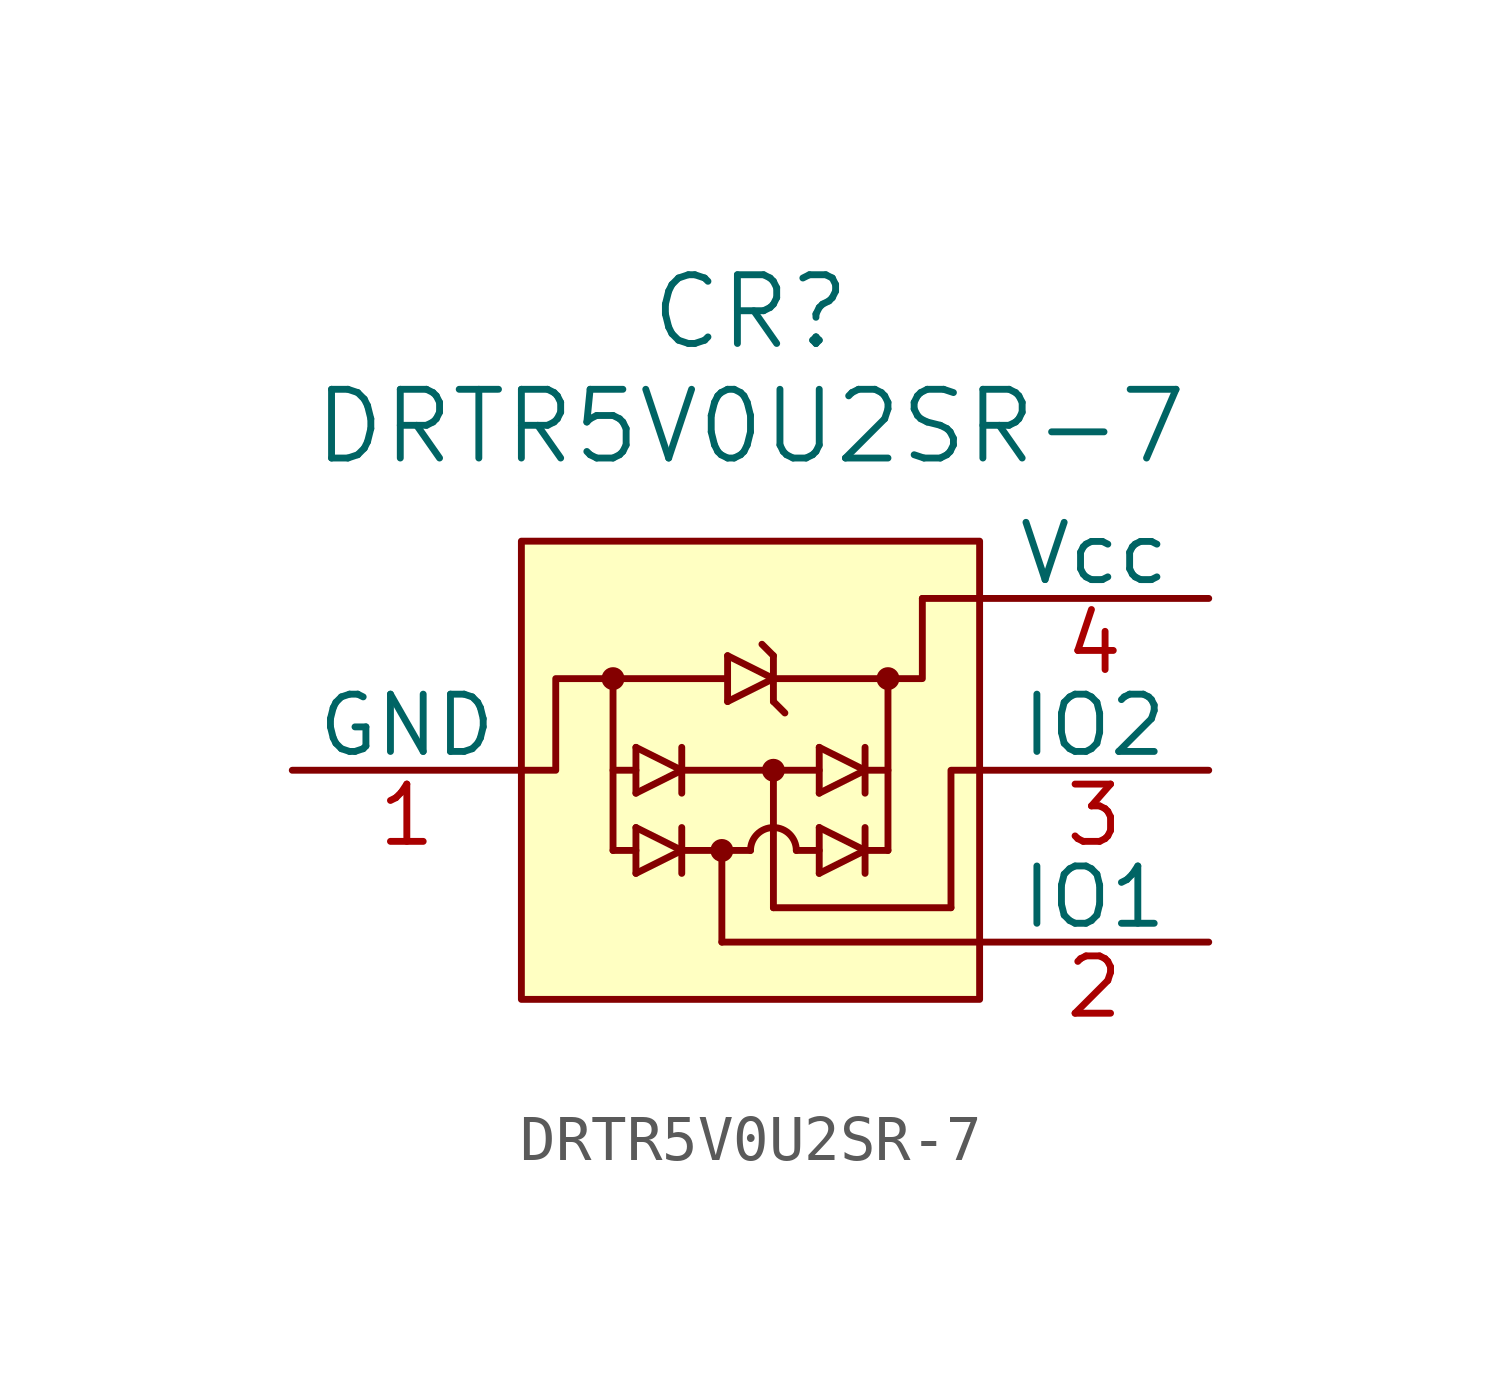
<source format=kicad_sym>
(kicad_symbol_lib
  (version 20220914)
  (generator kicad_symbol_editor)
  (symbol "DRTR5V0U2SR-7"
    (pin_names
      (offset 0))
    (property "Reference" "CR"
      (at 0 10.16 0)
      (effects (font (size 1.524 1.524))))
    (property "Value" "DRTR5V0U2SR-7"
      (at 0 7.62 0)
      (effects (font (size 1.524 1.524))))
    (symbol "DRTR5V0U2SR-7_0_1"
      (circle (center -3.048 2.032) (radius 0.127) (stroke (width 0.254) (type default)) (fill (type none)))
      (circle (center -0.635 -1.778) (radius 0.127) (stroke (width 0.254) (type default)) (fill (type none)))
      (polyline (pts (xy -3.048 -1.778) (xy -2.54 -1.778)) (stroke (width 0) (type default)) (fill (type none)))
      (polyline (pts (xy -3.048 0) (xy -2.54 0)) (stroke (width 0) (type default)) (fill (type none)))
      (polyline (pts (xy -2.54 -2.286) (xy -1.524 -1.778)) (stroke (width 0) (type default)) (fill (type none)))
      (polyline (pts (xy -2.54 -1.27) (xy -2.54 -2.286)) (stroke (width 0) (type default)) (fill (type none)))
      (polyline (pts (xy -2.54 -0.508) (xy -1.524 0)) (stroke (width 0) (type default)) (fill (type none)))
      (polyline (pts (xy -2.54 0.508) (xy -2.54 -0.508)) (stroke (width 0) (type default)) (fill (type none)))
      (polyline (pts (xy -1.524 -1.778) (xy -2.54 -1.27)) (stroke (width 0) (type default)) (fill (type none)))
      (polyline (pts (xy -1.524 -1.778) (xy 0 -1.778)) (stroke (width 0) (type default)) (fill (type none)))
      (polyline (pts (xy -1.524 -1.27) (xy -1.524 -2.286)) (stroke (width 0) (type default)) (fill (type none)))
      (polyline (pts (xy -1.524 0) (xy -2.54 0.508)) (stroke (width 0) (type default)) (fill (type none)))
      (polyline (pts (xy -1.524 0) (xy 1.524 0)) (stroke (width 0) (type default)) (fill (type none)))
      (polyline (pts (xy -1.524 0.508) (xy -1.524 -0.508)) (stroke (width 0) (type default)) (fill (type none)))
      (polyline (pts (xy -0.635 -3.81) (xy 5.08 -3.81)) (stroke (width 0) (type default)) (fill (type none)))
      (polyline (pts (xy -0.635 -1.778) (xy -0.635 -3.81)) (stroke (width 0) (type default)) (fill (type none)))
      (polyline (pts (xy -0.508 1.524) (xy 0.508 2.032)) (stroke (width 0) (type default)) (fill (type none)))
      (polyline (pts (xy -0.508 2.54) (xy -0.508 1.524)) (stroke (width 0) (type default)) (fill (type none)))
      (polyline (pts (xy 0.508 0) (xy 0.508 -3.048)) (stroke (width 0) (type default)) (fill (type none)))
      (polyline (pts (xy 0.508 1.524) (xy 0.762 1.27)) (stroke (width 0) (type default)) (fill (type none)))
      (polyline (pts (xy 0.508 2.032) (xy -0.508 2.54)) (stroke (width 0) (type default)) (fill (type none)))
      (polyline (pts (xy 0.508 2.032) (xy 3.048 2.032)) (stroke (width 0) (type default)) (fill (type none)))
      (polyline (pts (xy 0.508 2.54) (xy 0.254 2.794)) (stroke (width 0) (type default)) (fill (type none)))
      (polyline (pts (xy 0.508 2.54) (xy 0.508 1.524)) (stroke (width 0) (type default)) (fill (type none)))
      (polyline (pts (xy 1.016 -1.778) (xy 1.524 -1.778)) (stroke (width 0) (type default)) (fill (type none)))
      (polyline (pts (xy 1.524 -2.286) (xy 2.54 -1.778)) (stroke (width 0) (type default)) (fill (type none)))
      (polyline (pts (xy 1.524 -1.27) (xy 1.524 -2.286)) (stroke (width 0) (type default)) (fill (type none)))
      (polyline (pts (xy 1.524 -0.508) (xy 2.54 0)) (stroke (width 0) (type default)) (fill (type none)))
      (polyline (pts (xy 1.524 0.508) (xy 1.524 -0.508)) (stroke (width 0) (type default)) (fill (type none)))
      (polyline (pts (xy 2.54 -1.778) (xy 1.524 -1.27)) (stroke (width 0) (type default)) (fill (type none)))
      (polyline (pts (xy 2.54 -1.778) (xy 3.048 -1.778)) (stroke (width 0) (type default)) (fill (type none)))
      (polyline (pts (xy 2.54 -1.27) (xy 2.54 -2.286)) (stroke (width 0) (type default)) (fill (type none)))
      (polyline (pts (xy 2.54 0) (xy 1.524 0.508)) (stroke (width 0) (type default)) (fill (type none)))
      (polyline (pts (xy 2.54 0) (xy 3.048 0)) (stroke (width 0) (type default)) (fill (type none)))
      (polyline (pts (xy 2.54 0.508) (xy 2.54 -0.508)) (stroke (width 0) (type default)) (fill (type none)))
      (polyline (pts (xy 3.048 -1.778) (xy 3.048 2.032)) (stroke (width 0) (type default)) (fill (type none)))
      (polyline (pts (xy 4.445 -3.048) (xy 0.508 -3.048)) (stroke (width 0) (type default)) (fill (type none)))
      (polyline (pts (xy 5.08 3.81) (xy 3.81 3.81)) (stroke (width 0) (type default)) (fill (type none)))
      (polyline (pts (xy 3.048 2.032) (xy 3.81 2.032) (xy 3.81 3.81)) (stroke (width 0) (type default)) (fill (type none)))
      (polyline (pts (xy 4.445 -3.048) (xy 4.445 0) (xy 5.08 0)) (stroke (width 0) (type default)) (fill (type none)))
      (polyline (pts (xy -3.048 2.032) (xy -4.318 2.032) (xy -4.318 0) (xy -5.08 0)) (stroke (width 0) (type default)) (fill (type none)))
      (circle (center 0.508 0) (radius 0.127) (stroke (width 0.254) (type default)) (fill (type none)))
      (arc (start 1.016 -1.778) (mid 0.508 -1.2722) (end 0 -1.778) (stroke (width 0) (type default)) (fill (type none)))
      (circle (center 3.048 2.032) (radius 0.127) (stroke (width 0.254) (type default)) (fill (type none))))
    (symbol "DRTR5V0U2SR-7_1_1"
      (rectangle (start -5.08 5.08) (end 5.08 -5.08) (stroke (width 0) (type default)) (fill (type background)))
      (polyline (pts (xy -3.048 2.032) (xy -3.048 -1.778)) (stroke (width 0) (type default)) (fill (type none)))
      (polyline (pts (xy -0.508 2.032) (xy -3.175 2.032)) (stroke (width 0) (type default)) (fill (type none)))
      (pin power_in line (at -10.16 0 0) (length 5.08) (name "GND" (effects (font (size 1.27 1.27)))) (number "1" (effects (font (size 1.27 1.27)))))
      (pin passive line (at 10.16 -3.81 180) (length 5.08) (name "IO1" (effects (font (size 1.27 1.27)))) (number "2" (effects (font (size 1.27 1.27)))))
      (pin passive line (at 10.16 0 180) (length 5.08) (name "IO2" (effects (font (size 1.27 1.27)))) (number "3" (effects (font (size 1.27 1.27)))))
      (pin power_in line (at 10.16 3.81 180) (length 5.08) (name "Vcc" (effects (font (size 1.27 1.27)))) (number "4" (effects (font (size 1.27 1.27))))))))
</source>
